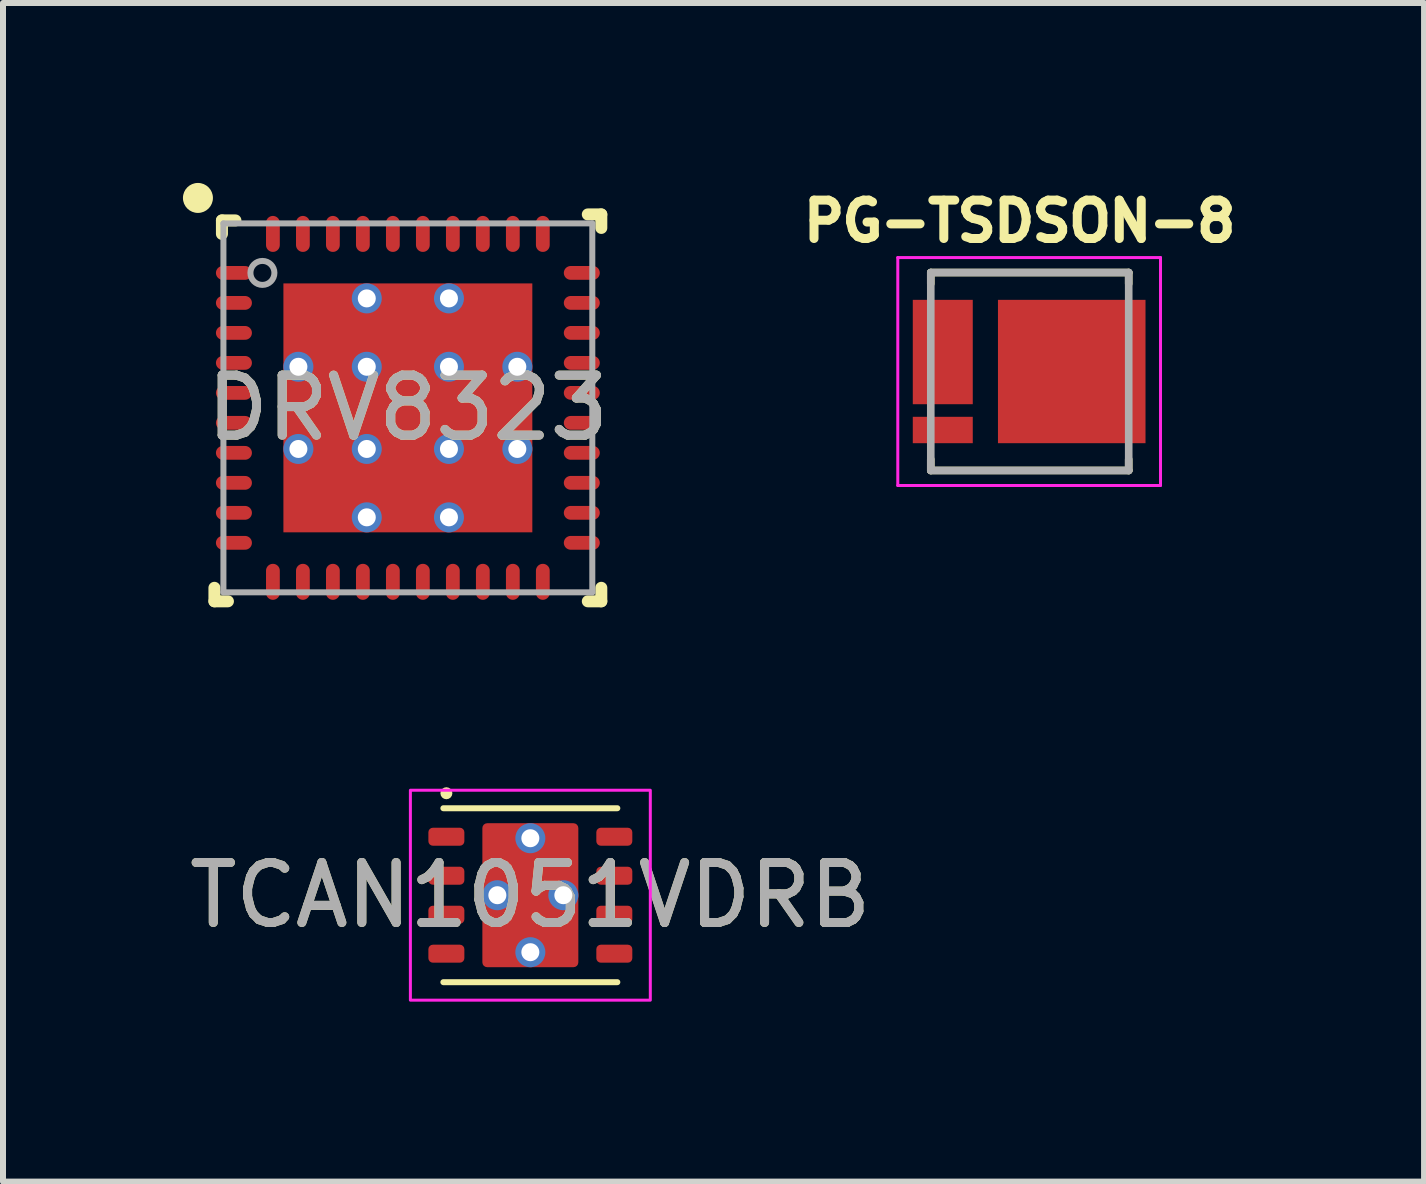
<source format=kicad_pcb>
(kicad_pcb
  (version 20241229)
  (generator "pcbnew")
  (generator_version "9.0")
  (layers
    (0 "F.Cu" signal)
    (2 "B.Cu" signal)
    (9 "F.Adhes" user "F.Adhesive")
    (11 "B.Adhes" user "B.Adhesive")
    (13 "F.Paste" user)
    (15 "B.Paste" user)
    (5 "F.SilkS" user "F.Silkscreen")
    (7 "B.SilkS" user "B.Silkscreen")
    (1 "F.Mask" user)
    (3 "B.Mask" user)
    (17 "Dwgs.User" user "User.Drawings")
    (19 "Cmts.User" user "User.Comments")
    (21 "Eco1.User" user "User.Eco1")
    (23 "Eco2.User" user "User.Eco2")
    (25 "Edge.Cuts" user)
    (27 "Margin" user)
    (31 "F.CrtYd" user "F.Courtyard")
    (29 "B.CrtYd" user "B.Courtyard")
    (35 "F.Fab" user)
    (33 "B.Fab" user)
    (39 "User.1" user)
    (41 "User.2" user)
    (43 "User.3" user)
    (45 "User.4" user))
  (footprint "DRV8323"
    (layer "F.Cu")
    (at 3.75 3.75)
    (property "Reference" "DRV8323" (at 0 0 0) (unlocked yes) (layer "F.SilkS") (effects (font (size 1 1) (thickness 0.15))))
    (attr smd)
    (fp_line (start -3.225 3.225) (end -3.225 3) (stroke (width 0.2) (type solid)) (layer "F.SilkS"))
    (fp_line (start -3.225 3.225) (end -3 3.225) (stroke (width 0.2) (type solid)) (layer "F.SilkS"))
    (fp_line (start -3.1 -2.9) (end -3.1 -3.125) (stroke (width 0.2) (type solid)) (layer "F.SilkS"))
    (fp_line (start -2.875 -3.125) (end -3.1 -3.125) (stroke (width 0.2) (type solid)) (layer "F.SilkS"))
    (fp_line (start 3 -3.225) (end 3.225 -3.225) (stroke (width 0.2) (type solid)) (layer "F.SilkS"))
    (fp_line (start 3 3.225) (end 3.225 3.225) (stroke (width 0.2) (type solid)) (layer "F.SilkS"))
    (fp_line (start 3.225 -3) (end 3.225 -3.225) (stroke (width 0.2) (type solid)) (layer "F.SilkS"))
    (fp_line (start 3.225 3.225) (end 3.225 3) (stroke (width 0.2) (type solid)) (layer "F.SilkS"))
    (fp_circle (center -3.5 -3.5) (end -3.3 -3.5) (stroke (width 0.1) (type solid)) (fill yes) (layer "F.SilkS"))
    (fp_poly (pts (xy -1.955 -0.785) (xy -0.785 -0.785) (xy -0.785 -1.955) (xy -1.955 -1.955)) (stroke (width 0) (type solid)) (fill yes) (layer "F.Paste"))
    (fp_poly (pts (xy -1.955 0.585) (xy -0.785 0.585) (xy -0.785 -0.585) (xy -1.955 -0.585)) (stroke (width 0) (type solid)) (fill yes) (layer "F.Paste"))
    (fp_poly (pts (xy -1.955 1.955) (xy -0.785 1.955) (xy -0.785 0.785) (xy -1.955 0.785)) (stroke (width 0) (type solid)) (fill yes) (layer "F.Paste"))
    (fp_poly (pts (xy -0.585 -0.785) (xy 0.585 -0.785) (xy 0.585 -1.955) (xy -0.585 -1.955)) (stroke (width 0) (type solid)) (fill yes) (layer "F.Paste"))
    (fp_poly (pts (xy -0.585 0.585) (xy 0.585 0.585) (xy 0.585 -0.585) (xy -0.585 -0.585)) (stroke (width 0) (type solid)) (fill yes) (layer "F.Paste"))
    (fp_poly (pts (xy -0.585 1.955) (xy 0.585 1.955) (xy 0.585 0.785) (xy -0.585 0.785)) (stroke (width 0) (type solid)) (fill yes) (layer "F.Paste"))
    (fp_poly (pts (xy 0.785 -0.785) (xy 1.955 -0.785) (xy 1.955 -1.955) (xy 0.785 -1.955)) (stroke (width 0) (type solid)) (fill yes) (layer "F.Paste"))
    (fp_poly (pts (xy 0.785 0.585) (xy 1.955 0.585) (xy 1.955 -0.585) (xy 0.785 -0.585)) (stroke (width 0) (type solid)) (fill yes) (layer "F.Paste"))
    (fp_poly (pts (xy 0.785 1.955) (xy 1.955 1.955) (xy 1.955 0.785) (xy 0.785 0.785)) (stroke (width 0) (type solid)) (fill yes) (layer "F.Paste"))
    (fp_line (start -3.075 -3.075) (end 3.075 -3.075) (stroke (width 0.1) (type solid)) (layer "F.Fab"))
    (fp_line (start -3.075 3.075) (end -3.075 -3.075) (stroke (width 0.1) (type solid)) (layer "F.Fab"))
    (fp_line (start -3.075 3.075) (end 3.075 3.075) (stroke (width 0.1) (type solid)) (layer "F.Fab"))
    (fp_line (start 3.075 3.075) (end 3.075 -3.075) (stroke (width 0.1) (type solid)) (layer "F.Fab"))
    (fp_circle (center -2.425 -2.25) (end -2.225 -2.25) (stroke (width 0.1) (type solid)) (fill no) (layer "F.Fab"))
    (fp_text user "${REFERENCE}" (at 0 0 0) (unlocked yes) (layer "F.Fab") (effects (font (size 1 1) (thickness 0.15))))
    (pad "1" smd oval (at -2.9 -2.25 90) (size 0.23 0.6) (layers "F.Cu" "F.Mask" "F.Paste"))
    (pad "2" smd oval (at -2.9 -1.75 90) (size 0.23 0.6) (layers "F.Cu" "F.Mask" "F.Paste"))
    (pad "3" smd oval (at -2.9 -1.25 90) (size 0.23 0.6) (layers "F.Cu" "F.Mask" "F.Paste"))
    (pad "4" smd oval (at -2.9 -0.75 90) (size 0.23 0.6) (layers "F.Cu" "F.Mask" "F.Paste"))
    (pad "5" smd oval (at -2.9 -0.25 90) (size 0.23 0.6) (layers "F.Cu" "F.Mask" "F.Paste"))
    (pad "6" smd oval (at -2.9 0.25 90) (size 0.23 0.6) (layers "F.Cu" "F.Mask" "F.Paste"))
    (pad "7" smd oval (at -2.9 0.75 90) (size 0.23 0.6) (layers "F.Cu" "F.Mask" "F.Paste"))
    (pad "8" smd oval (at -2.9 1.25 90) (size 0.23 0.6) (layers "F.Cu" "F.Mask" "F.Paste"))
    (pad "9" smd oval (at -2.9 1.75 90) (size 0.23 0.6) (layers "F.Cu" "F.Mask" "F.Paste"))
    (pad "10" smd oval (at -2.9 2.25 90) (size 0.23 0.6) (layers "F.Cu" "F.Mask" "F.Paste"))
    (pad "11" smd oval (at -2.25 2.9) (size 0.23 0.6) (layers "F.Cu" "F.Mask" "F.Paste"))
    (pad "12" smd oval (at -1.75 2.9) (size 0.23 0.6) (layers "F.Cu" "F.Mask" "F.Paste"))
    (pad "13" smd oval (at -1.25 2.9) (size 0.23 0.6) (layers "F.Cu" "F.Mask" "F.Paste"))
    (pad "14" smd oval (at -0.75 2.9) (size 0.23 0.6) (layers "F.Cu" "F.Mask" "F.Paste"))
    (pad "15" smd oval (at -0.25 2.9) (size 0.23 0.6) (layers "F.Cu" "F.Mask" "F.Paste"))
    (pad "16" smd oval (at 0.25 2.9) (size 0.23 0.6) (layers "F.Cu" "F.Mask" "F.Paste"))
    (pad "17" smd oval (at 0.75 2.9) (size 0.23 0.6) (layers "F.Cu" "F.Mask" "F.Paste"))
    (pad "18" smd oval (at 1.25 2.9) (size 0.23 0.6) (layers "F.Cu" "F.Mask" "F.Paste"))
    (pad "19" smd oval (at 1.75 2.9) (size 0.23 0.6) (layers "F.Cu" "F.Mask" "F.Paste"))
    (pad "20" smd oval (at 2.25 2.9) (size 0.23 0.6) (layers "F.Cu" "F.Mask" "F.Paste"))
    (pad "21" smd oval (at 2.9 2.25 90) (size 0.23 0.6) (layers "F.Cu" "F.Mask" "F.Paste"))
    (pad "22" smd oval (at 2.9 1.75 90) (size 0.23 0.6) (layers "F.Cu" "F.Mask" "F.Paste"))
    (pad "23" smd oval (at 2.9 1.25 90) (size 0.23 0.6) (layers "F.Cu" "F.Mask" "F.Paste"))
    (pad "24" smd oval (at 2.9 0.75 90) (size 0.23 0.6) (layers "F.Cu" "F.Mask" "F.Paste"))
    (pad "25" smd oval (at 2.9 0.25 90) (size 0.23 0.6) (layers "F.Cu" "F.Mask" "F.Paste"))
    (pad "26" smd oval (at 2.9 -0.25 90) (size 0.23 0.6) (layers "F.Cu" "F.Mask" "F.Paste"))
    (pad "27" smd oval (at 2.9 -0.75 90) (size 0.23 0.6) (layers "F.Cu" "F.Mask" "F.Paste"))
    (pad "28" smd oval (at 2.9 -1.25 90) (size 0.23 0.6) (layers "F.Cu" "F.Mask" "F.Paste"))
    (pad "29" smd oval (at 2.9 -1.75 90) (size 0.23 0.6) (layers "F.Cu" "F.Mask" "F.Paste"))
    (pad "30" smd oval (at 2.9 -2.25 90) (size 0.23 0.6) (layers "F.Cu" "F.Mask" "F.Paste"))
    (pad "31" smd oval (at 2.25 -2.9) (size 0.23 0.6) (layers "F.Cu" "F.Mask" "F.Paste"))
    (pad "32" smd oval (at 1.75 -2.9) (size 0.23 0.6) (layers "F.Cu" "F.Mask" "F.Paste"))
    (pad "33" smd oval (at 1.25 -2.9) (size 0.23 0.6) (layers "F.Cu" "F.Mask" "F.Paste"))
    (pad "34" smd oval (at 0.75 -2.9) (size 0.23 0.6) (layers "F.Cu" "F.Mask" "F.Paste"))
    (pad "35" smd oval (at 0.25 -2.9) (size 0.23 0.6) (layers "F.Cu" "F.Mask" "F.Paste"))
    (pad "36" smd oval (at -0.25 -2.9) (size 0.23 0.6) (layers "F.Cu" "F.Mask" "F.Paste"))
    (pad "37" smd oval (at -0.75 -2.9) (size 0.23 0.6) (layers "F.Cu" "F.Mask" "F.Paste"))
    (pad "38" smd oval (at -1.25 -2.9) (size 0.23 0.6) (layers "F.Cu" "F.Mask" "F.Paste"))
    (pad "39" smd oval (at -1.75 -2.9) (size 0.23 0.6) (layers "F.Cu" "F.Mask" "F.Paste"))
    (pad "40" smd oval (at -2.25 -2.9) (size 0.23 0.6) (layers "F.Cu" "F.Mask" "F.Paste"))
    (pad "41" thru_hole circle (at -1.825 -0.685) (size 0.5 0.5) (drill 0.3) (property pad_prop_heatsink) (layers "*.Cu" "*.Mask"))
    (pad "41" thru_hole circle (at -1.825 0.685) (size 0.5 0.5) (drill 0.3) (property pad_prop_heatsink) (layers "*.Cu" "*.Mask"))
    (pad "41" thru_hole circle (at -0.685 -1.825) (size 0.5 0.5) (drill 0.3) (property pad_prop_heatsink) (layers "*.Cu" "*.Mask"))
    (pad "41" thru_hole circle (at -0.685 -0.685) (size 0.5 0.5) (drill 0.3) (property pad_prop_heatsink) (layers "*.Cu" "*.Mask"))
    (pad "41" thru_hole circle (at -0.685 0.685) (size 0.5 0.5) (drill 0.3) (property pad_prop_heatsink) (layers "*.Cu" "*.Mask"))
    (pad "41" thru_hole circle (at -0.685 1.825) (size 0.5 0.5) (drill 0.3) (property pad_prop_heatsink) (layers "*.Cu" "*.Mask"))
    (pad "41" smd rect (at 0 0) (size 4.15 4.15) (layers "F.Cu" "F.Mask"))
    (pad "41" thru_hole circle (at 0.685 -1.825) (size 0.5 0.5) (drill 0.3) (property pad_prop_heatsink) (layers "*.Cu" "*.Mask"))
    (pad "41" thru_hole circle (at 0.685 -0.685) (size 0.5 0.5) (drill 0.3) (property pad_prop_heatsink) (layers "*.Cu" "*.Mask"))
    (pad "41" thru_hole circle (at 0.685 0.685) (size 0.5 0.5) (drill 0.3) (property pad_prop_heatsink) (layers "*.Cu" "*.Mask"))
    (pad "41" thru_hole circle (at 0.685 1.825) (size 0.5 0.5) (drill 0.3) (property pad_prop_heatsink) (layers "*.Cu" "*.Mask"))
    (pad "41" thru_hole circle (at 1.825 -0.685) (size 0.5 0.5) (drill 0.3) (property pad_prop_heatsink) (layers "*.Cu" "*.Mask"))
    (pad "41" thru_hole circle (at 1.825 0.685) (size 0.5 0.5) (drill 0.3) (property pad_prop_heatsink) (layers "*.Cu" "*.Mask")))
  (footprint "PG-TSDSON-8"
    (layer "F.Cu")
    (at 14.118 3.144)
    (property "Reference" "PG-TSDSON-8" (at -0.168 -2.506 0) (layer "F.SilkS") (effects (font (size 0.64 0.64) (thickness 0.15))))
    (attr smd)
    (fp_poly (pts (xy -1.9 0.805) (xy -1 0.805) (xy -1 1.145) (xy -1.9 1.145)) (stroke (width 0.01) (type solid)) (fill yes) (layer "F.Mask"))
    (fp_poly (pts (xy -1 -1.145) (xy -1.9 -1.145) (xy -1.9 -0.805) (xy -1.45 -0.805) (xy -1.45 -0.495) (xy -1.9 -0.495) (xy -1.9 -0.155) (xy -1.45 -0.155) (xy -1.45 0.155) (xy -1.9 0.155) (xy -1.9 0.495) (xy -1 0.495)) (stroke (width 0.01) (type solid)) (fill yes) (layer "F.Mask"))
    (fp_poly (pts (xy 1.88 -1.145) (xy -0.48 -1.145) (xy -0.48 1.145) (xy 1.88 1.145) (xy 1.88 0.805) (xy 1.23 0.805) (xy 1.23 0.495) (xy 1.88 0.495) (xy 1.88 0.155) (xy 1.23 0.155) (xy 1.23 -0.155) (xy 1.88 -0.155) (xy 1.88 -0.495) (xy 1.23 -0.495) (xy 1.23 -0.805) (xy 1.88 -0.805)) (stroke (width 0.01) (type solid)) (fill yes) (layer "F.Mask"))
    (fp_line (start -1.65 -1.65) (end 1.65 -1.65) (stroke (width 0.127) (type solid)) (layer "F.SilkS"))
    (fp_line (start -1.65 -1.465) (end -1.65 -1.65) (stroke (width 0.127) (type solid)) (layer "F.SilkS"))
    (fp_line (start -1.65 1.65) (end -1.65 1.465) (stroke (width 0.127) (type solid)) (layer "F.SilkS"))
    (fp_line (start 1.65 -1.65) (end 1.65 -1.465) (stroke (width 0.127) (type solid)) (layer "F.SilkS"))
    (fp_line (start 1.65 1.465) (end 1.65 1.65) (stroke (width 0.127) (type solid)) (layer "F.SilkS"))
    (fp_line (start 1.65 1.65) (end -1.65 1.65) (stroke (width 0.127) (type solid)) (layer "F.SilkS"))
    (fp_poly (pts (xy -1.85 0.855) (xy -1.15 0.855) (xy -1.15 1.095) (xy -1.85 1.095)) (stroke (width 0.01) (type solid)) (fill yes) (layer "F.Paste"))
    (fp_poly (pts (xy -1.845 -1.095) (xy -1.545 -1.095) (xy -1.545 -0.855) (xy -1.845 -0.855)) (stroke (width 0.01) (type solid)) (fill yes) (layer "F.Paste"))
    (fp_poly (pts (xy -1.845 -0.445) (xy -1.545 -0.445) (xy -1.545 -0.205) (xy -1.845 -0.205)) (stroke (width 0.01) (type solid)) (fill yes) (layer "F.Paste"))
    (fp_poly (pts (xy -1.845 0.205) (xy -1.545 0.205) (xy -1.545 0.445) (xy -1.845 0.445)) (stroke (width 0.01) (type solid)) (fill yes) (layer "F.Paste"))
    (fp_poly (pts (xy -1.395 -1.095) (xy -1.045 -1.095) (xy -1.045 -0.425) (xy -1.395 -0.425)) (stroke (width 0.01) (type solid)) (fill yes) (layer "F.Paste"))
    (fp_poly (pts (xy -1.395 -0.225) (xy -1.045 -0.225) (xy -1.045 0.445) (xy -1.395 0.445)) (stroke (width 0.01) (type solid)) (fill yes) (layer "F.Paste"))
    (fp_poly (pts (xy -0.35 -1.095) (xy 1.05 -1.095) (xy 1.05 -0.855) (xy -0.35 -0.855)) (stroke (width 0.01) (type solid)) (fill yes) (layer "F.Paste"))
    (fp_poly (pts (xy -0.35 -0.545) (xy 1.05 -0.545) (xy 1.05 0.545) (xy -0.35 0.545)) (stroke (width 0.01) (type solid)) (fill yes) (layer "F.Paste"))
    (fp_poly (pts (xy -0.35 0.855) (xy 1.05 0.855) (xy 1.05 1.095) (xy -0.35 1.095)) (stroke (width 0.01) (type solid)) (fill yes) (layer "F.Paste"))
    (fp_poly (pts (xy 1.25 -1.095) (xy 1.85 -1.095) (xy 1.85 -0.855) (xy 1.25 -0.855)) (stroke (width 0.01) (type solid)) (fill yes) (layer "F.Paste"))
    (fp_poly (pts (xy 1.25 -0.445) (xy 1.85 -0.445) (xy 1.85 -0.205) (xy 1.25 -0.205)) (stroke (width 0.01) (type solid)) (fill yes) (layer "F.Paste"))
    (fp_poly (pts (xy 1.25 0.205) (xy 1.85 0.205) (xy 1.85 0.445) (xy 1.25 0.445)) (stroke (width 0.01) (type solid)) (fill yes) (layer "F.Paste"))
    (fp_poly (pts (xy 1.25 0.855) (xy 1.85 0.855) (xy 1.85 1.095) (xy 1.25 1.095)) (stroke (width 0.01) (type solid)) (fill yes) (layer "F.Paste"))
    (fp_line (start -2.2 -1.9) (end 2.18 -1.9) (stroke (width 0.05) (type solid)) (layer "F.CrtYd"))
    (fp_line (start -2.2 1.9) (end -2.2 -1.9) (stroke (width 0.05) (type solid)) (layer "F.CrtYd"))
    (fp_line (start 2.18 -1.9) (end 2.18 1.9) (stroke (width 0.05) (type solid)) (layer "F.CrtYd"))
    (fp_line (start 2.18 1.9) (end -2.2 1.9) (stroke (width 0.05) (type solid)) (layer "F.CrtYd"))
    (fp_line (start -1.65 -1.65) (end 1.65 -1.65) (stroke (width 0.127) (type solid)) (layer "F.Fab"))
    (fp_line (start -1.65 1.65) (end -1.65 -1.65) (stroke (width 0.127) (type solid)) (layer "F.Fab"))
    (fp_line (start 1.65 -1.65) (end 1.65 1.65) (stroke (width 0.127) (type solid)) (layer "F.Fab"))
    (fp_line (start 1.65 1.65) (end -1.65 1.65) (stroke (width 0.127) (type solid)) (layer "F.Fab"))
    (pad "1" smd rect (at 0.7 0) (size 2.46 2.39) (layers "F.Cu"))
    (pad "2" smd rect (at -1.45 0.975) (size 1 0.44) (layers "F.Cu"))
    (pad "3" smd rect (at -1.45 -0.325) (size 1 1.74) (layers "F.Cu")))
  (footprint "TCAN1051VDRB"
    (layer "F.Cu")
    (at 5.792 11.875)
    (property "Reference" "TCAN1051VDRB" (at 0 0 0) (unlocked yes) (layer "F.SilkS") (effects (font (size 1 1) (thickness 0.15))))
    (attr smd)
    (fp_line (start -1.45 -1.45) (end 1.45 -1.45) (stroke (width 0.1) (type default)) (layer "F.SilkS"))
    (fp_line (start 1.45 1.45) (end -1.45 1.45) (stroke (width 0.1) (type default)) (layer "F.SilkS"))
    (fp_circle (center -1.4 -1.7) (end -1.35 -1.7) (stroke (width 0.1) (type default)) (fill no) (layer "F.SilkS"))
    (fp_rect (start -2 -1.75) (end 2 1.75) (stroke (width 0.05) (type default)) (fill no) (layer "F.CrtYd"))
    (fp_text user "${REFERENCE}" (at 0 0 0) (unlocked yes) (layer "F.Fab") (effects (font (size 1 1) (thickness 0.15))))
    (pad "" smd roundrect (at 0 -0.635) (size 1.47 1.07) (layers "F.Paste") (roundrect_rratio 0.075))
    (pad "" smd roundrect (at 0 0.635) (size 1.47 1.07) (layers "F.Paste") (roundrect_rratio 0.075))
    (pad "1" smd roundrect (at -1.4 -0.975) (size 0.6 0.3) (layers "F.Cu" "F.Mask" "F.Paste") (roundrect_rratio 0.25))
    (pad "2" smd roundrect (at -1.4 -0.325) (size 0.6 0.3) (layers "F.Cu" "F.Mask" "F.Paste") (roundrect_rratio 0.25))
    (pad "2" thru_hole circle (at -0.55 0) (size 0.5 0.5) (drill 0.3) (property pad_prop_heatsink) (layers "*.Cu"))
    (pad "2" thru_hole circle (at 0 -0.95) (size 0.5 0.5) (drill 0.3) (property pad_prop_heatsink) (layers "*.Cu"))
    (pad "2" smd roundrect (at 0 0) (size 1.6 2.4) (property pad_prop_heatsink) (layers "F.Cu" "F.Mask") (roundrect_rratio 0.05))
    (pad "2" thru_hole circle (at 0 0.95) (size 0.5 0.5) (drill 0.3) (property pad_prop_heatsink) (layers "*.Cu"))
    (pad "2" thru_hole circle (at 0.55 0) (size 0.5 0.5) (drill 0.3) (property pad_prop_heatsink) (layers "*.Cu"))
    (pad "3" smd roundrect (at -1.4 0.325) (size 0.6 0.3) (layers "F.Cu" "F.Mask" "F.Paste") (roundrect_rratio 0.25))
    (pad "4" smd roundrect (at -1.4 0.975) (size 0.6 0.3) (layers "F.Cu" "F.Mask" "F.Paste") (roundrect_rratio 0.25))
    (pad "5" smd roundrect (at 1.4 0.975) (size 0.6 0.3) (layers "F.Cu" "F.Mask" "F.Paste") (roundrect_rratio 0.25))
    (pad "6" smd roundrect (at 1.4 0.325) (size 0.6 0.3) (layers "F.Cu" "F.Mask" "F.Paste") (roundrect_rratio 0.25))
    (pad "7" smd roundrect (at 1.4 -0.325) (size 0.6 0.3) (layers "F.Cu" "F.Mask" "F.Paste") (roundrect_rratio 0.25))
    (pad "8" smd roundrect (at 1.4 -0.975) (size 0.6 0.3) (layers "F.Cu" "F.Mask" "F.Paste") (roundrect_rratio 0.25)))
  (gr_rect
    (start -3 -3)
    (end 20.692 16.65)
    (stroke (width 0.1) (type default))
    (fill no)
    (layer "Edge.Cuts")))
</source>
